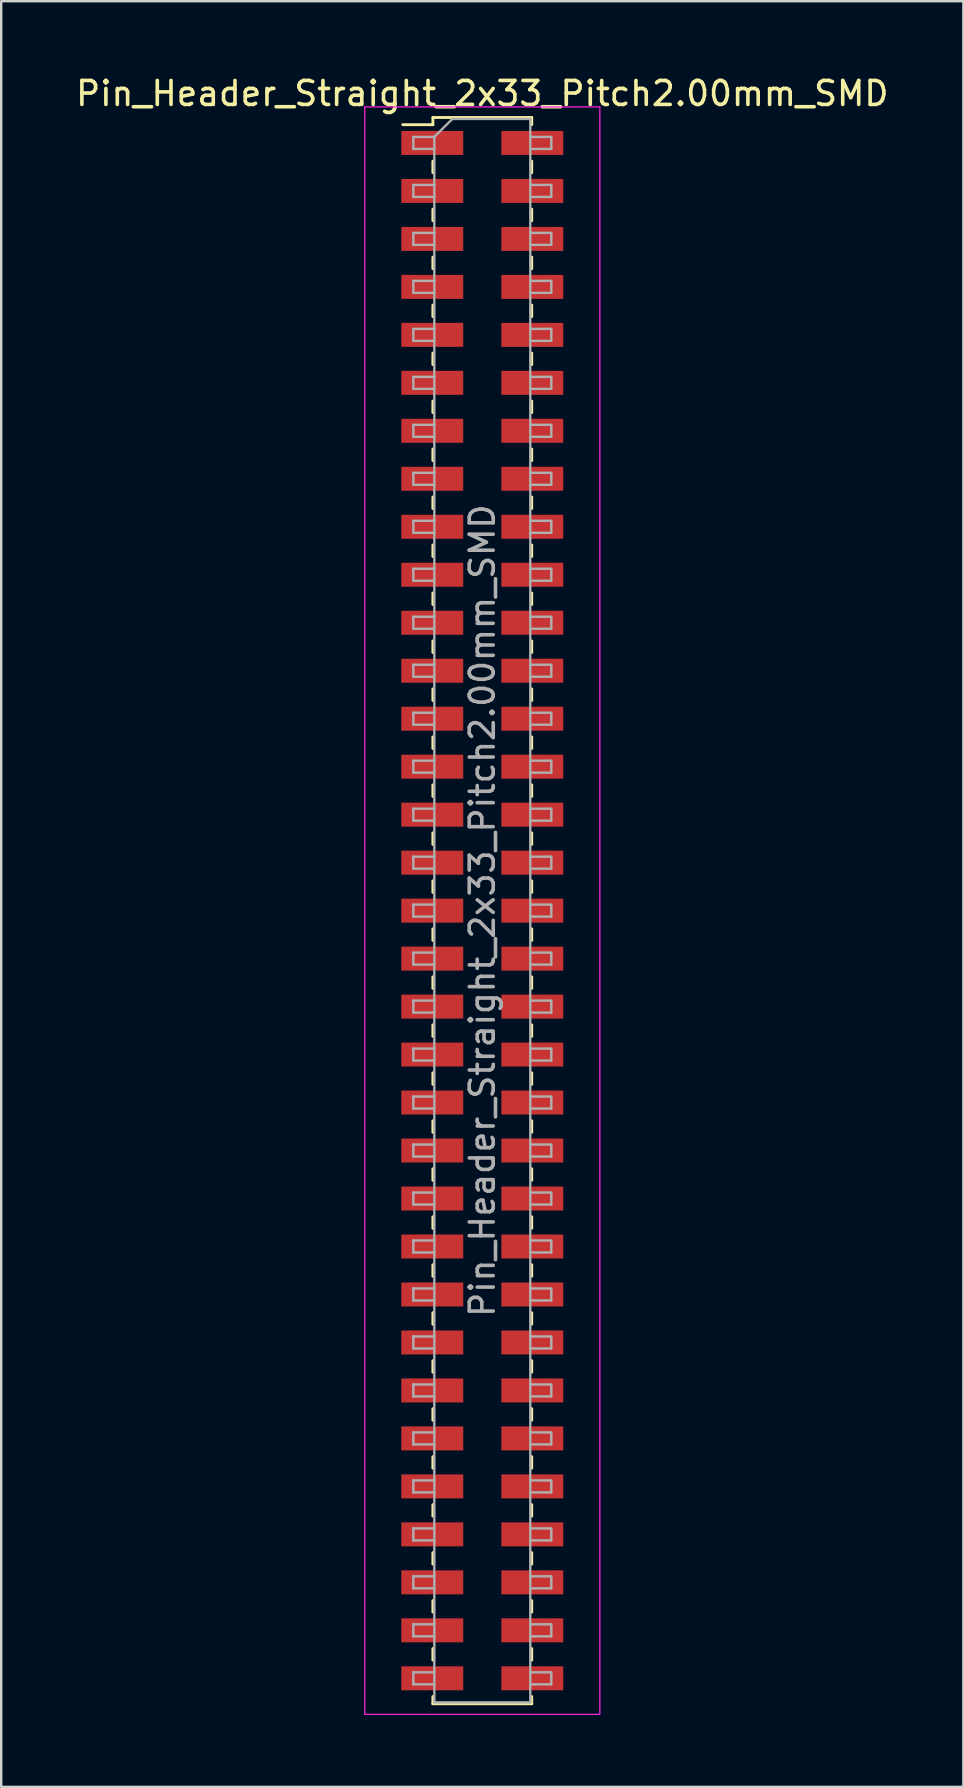
<source format=kicad_pcb>
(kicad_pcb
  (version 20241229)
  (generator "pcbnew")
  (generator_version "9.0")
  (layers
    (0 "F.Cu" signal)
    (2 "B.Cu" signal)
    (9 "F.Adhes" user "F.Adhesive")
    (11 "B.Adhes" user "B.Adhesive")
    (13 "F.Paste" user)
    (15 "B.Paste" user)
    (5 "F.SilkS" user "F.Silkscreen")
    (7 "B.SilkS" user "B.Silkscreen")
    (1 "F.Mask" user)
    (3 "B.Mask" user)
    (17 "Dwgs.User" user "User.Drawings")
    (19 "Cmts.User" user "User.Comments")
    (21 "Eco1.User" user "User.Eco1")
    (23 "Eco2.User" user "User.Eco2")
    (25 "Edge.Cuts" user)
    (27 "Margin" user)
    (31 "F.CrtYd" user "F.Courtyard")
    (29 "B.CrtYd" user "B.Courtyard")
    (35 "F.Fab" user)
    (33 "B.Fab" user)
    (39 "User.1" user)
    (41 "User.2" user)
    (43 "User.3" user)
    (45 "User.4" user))
  (footprint "Pin_Header_Straight_2x33_Pitch2.00mm_SMD"
    (layer "F.Cu")
    (at 17.054 34.908)
    (property "Reference" "Pin_Header_Straight_2x33_Pitch2.00mm_SMD" (at 0 -34.06 0) (layer "F.SilkS") (effects (font (size 1 1) (thickness 0.15))))
    (attr smd)
    (fp_line (start -3.315 -32.76) (end -2.06 -32.76) (stroke (width 0.12) (type solid)) (layer "F.SilkS"))
    (fp_line (start -2.06 -33.06) (end -2.06 -32.76) (stroke (width 0.12) (type solid)) (layer "F.SilkS"))
    (fp_line (start -2.06 -33.06) (end 2.06 -33.06) (stroke (width 0.12) (type solid)) (layer "F.SilkS"))
    (fp_line (start -2.06 -31.24) (end -2.06 -30.76) (stroke (width 0.12) (type solid)) (layer "F.SilkS"))
    (fp_line (start -2.06 -29.24) (end -2.06 -28.76) (stroke (width 0.12) (type solid)) (layer "F.SilkS"))
    (fp_line (start -2.06 -27.24) (end -2.06 -26.76) (stroke (width 0.12) (type solid)) (layer "F.SilkS"))
    (fp_line (start -2.06 -25.24) (end -2.06 -24.76) (stroke (width 0.12) (type solid)) (layer "F.SilkS"))
    (fp_line (start -2.06 -23.24) (end -2.06 -22.76) (stroke (width 0.12) (type solid)) (layer "F.SilkS"))
    (fp_line (start -2.06 -21.24) (end -2.06 -20.76) (stroke (width 0.12) (type solid)) (layer "F.SilkS"))
    (fp_line (start -2.06 -19.24) (end -2.06 -18.76) (stroke (width 0.12) (type solid)) (layer "F.SilkS"))
    (fp_line (start -2.06 -17.24) (end -2.06 -16.76) (stroke (width 0.12) (type solid)) (layer "F.SilkS"))
    (fp_line (start -2.06 -15.24) (end -2.06 -14.76) (stroke (width 0.12) (type solid)) (layer "F.SilkS"))
    (fp_line (start -2.06 -13.24) (end -2.06 -12.76) (stroke (width 0.12) (type solid)) (layer "F.SilkS"))
    (fp_line (start -2.06 -11.24) (end -2.06 -10.76) (stroke (width 0.12) (type solid)) (layer "F.SilkS"))
    (fp_line (start -2.06 -9.24) (end -2.06 -8.76) (stroke (width 0.12) (type solid)) (layer "F.SilkS"))
    (fp_line (start -2.06 -7.24) (end -2.06 -6.76) (stroke (width 0.12) (type solid)) (layer "F.SilkS"))
    (fp_line (start -2.06 -5.24) (end -2.06 -4.76) (stroke (width 0.12) (type solid)) (layer "F.SilkS"))
    (fp_line (start -2.06 -3.24) (end -2.06 -2.76) (stroke (width 0.12) (type solid)) (layer "F.SilkS"))
    (fp_line (start -2.06 -1.24) (end -2.06 -0.76) (stroke (width 0.12) (type solid)) (layer "F.SilkS"))
    (fp_line (start -2.06 0.76) (end -2.06 1.24) (stroke (width 0.12) (type solid)) (layer "F.SilkS"))
    (fp_line (start -2.06 2.76) (end -2.06 3.24) (stroke (width 0.12) (type solid)) (layer "F.SilkS"))
    (fp_line (start -2.06 4.76) (end -2.06 5.24) (stroke (width 0.12) (type solid)) (layer "F.SilkS"))
    (fp_line (start -2.06 6.76) (end -2.06 7.24) (stroke (width 0.12) (type solid)) (layer "F.SilkS"))
    (fp_line (start -2.06 8.76) (end -2.06 9.24) (stroke (width 0.12) (type solid)) (layer "F.SilkS"))
    (fp_line (start -2.06 10.76) (end -2.06 11.24) (stroke (width 0.12) (type solid)) (layer "F.SilkS"))
    (fp_line (start -2.06 12.76) (end -2.06 13.24) (stroke (width 0.12) (type solid)) (layer "F.SilkS"))
    (fp_line (start -2.06 14.76) (end -2.06 15.24) (stroke (width 0.12) (type solid)) (layer "F.SilkS"))
    (fp_line (start -2.06 16.76) (end -2.06 17.24) (stroke (width 0.12) (type solid)) (layer "F.SilkS"))
    (fp_line (start -2.06 18.76) (end -2.06 19.24) (stroke (width 0.12) (type solid)) (layer "F.SilkS"))
    (fp_line (start -2.06 20.76) (end -2.06 21.24) (stroke (width 0.12) (type solid)) (layer "F.SilkS"))
    (fp_line (start -2.06 22.76) (end -2.06 23.24) (stroke (width 0.12) (type solid)) (layer "F.SilkS"))
    (fp_line (start -2.06 24.76) (end -2.06 25.24) (stroke (width 0.12) (type solid)) (layer "F.SilkS"))
    (fp_line (start -2.06 26.76) (end -2.06 27.24) (stroke (width 0.12) (type solid)) (layer "F.SilkS"))
    (fp_line (start -2.06 28.76) (end -2.06 29.24) (stroke (width 0.12) (type solid)) (layer "F.SilkS"))
    (fp_line (start -2.06 30.76) (end -2.06 31.24) (stroke (width 0.12) (type solid)) (layer "F.SilkS"))
    (fp_line (start -2.06 32.76) (end -2.06 33.06) (stroke (width 0.12) (type solid)) (layer "F.SilkS"))
    (fp_line (start -2.06 33.06) (end 2.06 33.06) (stroke (width 0.12) (type solid)) (layer "F.SilkS"))
    (fp_line (start 2.06 -33.06) (end 2.06 -32.76) (stroke (width 0.12) (type solid)) (layer "F.SilkS"))
    (fp_line (start 2.06 -31.24) (end 2.06 -30.76) (stroke (width 0.12) (type solid)) (layer "F.SilkS"))
    (fp_line (start 2.06 -29.24) (end 2.06 -28.76) (stroke (width 0.12) (type solid)) (layer "F.SilkS"))
    (fp_line (start 2.06 -27.24) (end 2.06 -26.76) (stroke (width 0.12) (type solid)) (layer "F.SilkS"))
    (fp_line (start 2.06 -25.24) (end 2.06 -24.76) (stroke (width 0.12) (type solid)) (layer "F.SilkS"))
    (fp_line (start 2.06 -23.24) (end 2.06 -22.76) (stroke (width 0.12) (type solid)) (layer "F.SilkS"))
    (fp_line (start 2.06 -21.24) (end 2.06 -20.76) (stroke (width 0.12) (type solid)) (layer "F.SilkS"))
    (fp_line (start 2.06 -19.24) (end 2.06 -18.76) (stroke (width 0.12) (type solid)) (layer "F.SilkS"))
    (fp_line (start 2.06 -17.24) (end 2.06 -16.76) (stroke (width 0.12) (type solid)) (layer "F.SilkS"))
    (fp_line (start 2.06 -15.24) (end 2.06 -14.76) (stroke (width 0.12) (type solid)) (layer "F.SilkS"))
    (fp_line (start 2.06 -13.24) (end 2.06 -12.76) (stroke (width 0.12) (type solid)) (layer "F.SilkS"))
    (fp_line (start 2.06 -11.24) (end 2.06 -10.76) (stroke (width 0.12) (type solid)) (layer "F.SilkS"))
    (fp_line (start 2.06 -9.24) (end 2.06 -8.76) (stroke (width 0.12) (type solid)) (layer "F.SilkS"))
    (fp_line (start 2.06 -7.24) (end 2.06 -6.76) (stroke (width 0.12) (type solid)) (layer "F.SilkS"))
    (fp_line (start 2.06 -5.24) (end 2.06 -4.76) (stroke (width 0.12) (type solid)) (layer "F.SilkS"))
    (fp_line (start 2.06 -3.24) (end 2.06 -2.76) (stroke (width 0.12) (type solid)) (layer "F.SilkS"))
    (fp_line (start 2.06 -1.24) (end 2.06 -0.76) (stroke (width 0.12) (type solid)) (layer "F.SilkS"))
    (fp_line (start 2.06 0.76) (end 2.06 1.24) (stroke (width 0.12) (type solid)) (layer "F.SilkS"))
    (fp_line (start 2.06 2.76) (end 2.06 3.24) (stroke (width 0.12) (type solid)) (layer "F.SilkS"))
    (fp_line (start 2.06 4.76) (end 2.06 5.24) (stroke (width 0.12) (type solid)) (layer "F.SilkS"))
    (fp_line (start 2.06 6.76) (end 2.06 7.24) (stroke (width 0.12) (type solid)) (layer "F.SilkS"))
    (fp_line (start 2.06 8.76) (end 2.06 9.24) (stroke (width 0.12) (type solid)) (layer "F.SilkS"))
    (fp_line (start 2.06 10.76) (end 2.06 11.24) (stroke (width 0.12) (type solid)) (layer "F.SilkS"))
    (fp_line (start 2.06 12.76) (end 2.06 13.24) (stroke (width 0.12) (type solid)) (layer "F.SilkS"))
    (fp_line (start 2.06 14.76) (end 2.06 15.24) (stroke (width 0.12) (type solid)) (layer "F.SilkS"))
    (fp_line (start 2.06 16.76) (end 2.06 17.24) (stroke (width 0.12) (type solid)) (layer "F.SilkS"))
    (fp_line (start 2.06 18.76) (end 2.06 19.24) (stroke (width 0.12) (type solid)) (layer "F.SilkS"))
    (fp_line (start 2.06 20.76) (end 2.06 21.24) (stroke (width 0.12) (type solid)) (layer "F.SilkS"))
    (fp_line (start 2.06 22.76) (end 2.06 23.24) (stroke (width 0.12) (type solid)) (layer "F.SilkS"))
    (fp_line (start 2.06 24.76) (end 2.06 25.24) (stroke (width 0.12) (type solid)) (layer "F.SilkS"))
    (fp_line (start 2.06 26.76) (end 2.06 27.24) (stroke (width 0.12) (type solid)) (layer "F.SilkS"))
    (fp_line (start 2.06 28.76) (end 2.06 29.24) (stroke (width 0.12) (type solid)) (layer "F.SilkS"))
    (fp_line (start 2.06 30.76) (end 2.06 31.24) (stroke (width 0.12) (type solid)) (layer "F.SilkS"))
    (fp_line (start 2.06 32.76) (end 2.06 33.06) (stroke (width 0.12) (type solid)) (layer "F.SilkS"))
    (fp_line (start -4.9 -33.5) (end -4.9 33.5) (stroke (width 0.05) (type solid)) (layer "F.CrtYd"))
    (fp_line (start -4.9 33.5) (end 4.9 33.5) (stroke (width 0.05) (type solid)) (layer "F.CrtYd"))
    (fp_line (start 4.9 -33.5) (end -4.9 -33.5) (stroke (width 0.05) (type solid)) (layer "F.CrtYd"))
    (fp_line (start 4.9 33.5) (end 4.9 -33.5) (stroke (width 0.05) (type solid)) (layer "F.CrtYd"))
    (fp_line (start -2.875 -32.25) (end -2.875 -31.75) (stroke (width 0.1) (type solid)) (layer "F.Fab"))
    (fp_line (start -2.875 -31.75) (end -2 -31.75) (stroke (width 0.1) (type solid)) (layer "F.Fab"))
    (fp_line (start -2.875 -30.25) (end -2.875 -29.75) (stroke (width 0.1) (type solid)) (layer "F.Fab"))
    (fp_line (start -2.875 -29.75) (end -2 -29.75) (stroke (width 0.1) (type solid)) (layer "F.Fab"))
    (fp_line (start -2.875 -28.25) (end -2.875 -27.75) (stroke (width 0.1) (type solid)) (layer "F.Fab"))
    (fp_line (start -2.875 -27.75) (end -2 -27.75) (stroke (width 0.1) (type solid)) (layer "F.Fab"))
    (fp_line (start -2.875 -26.25) (end -2.875 -25.75) (stroke (width 0.1) (type solid)) (layer "F.Fab"))
    (fp_line (start -2.875 -25.75) (end -2 -25.75) (stroke (width 0.1) (type solid)) (layer "F.Fab"))
    (fp_line (start -2.875 -24.25) (end -2.875 -23.75) (stroke (width 0.1) (type solid)) (layer "F.Fab"))
    (fp_line (start -2.875 -23.75) (end -2 -23.75) (stroke (width 0.1) (type solid)) (layer "F.Fab"))
    (fp_line (start -2.875 -22.25) (end -2.875 -21.75) (stroke (width 0.1) (type solid)) (layer "F.Fab"))
    (fp_line (start -2.875 -21.75) (end -2 -21.75) (stroke (width 0.1) (type solid)) (layer "F.Fab"))
    (fp_line (start -2.875 -20.25) (end -2.875 -19.75) (stroke (width 0.1) (type solid)) (layer "F.Fab"))
    (fp_line (start -2.875 -19.75) (end -2 -19.75) (stroke (width 0.1) (type solid)) (layer "F.Fab"))
    (fp_line (start -2.875 -18.25) (end -2.875 -17.75) (stroke (width 0.1) (type solid)) (layer "F.Fab"))
    (fp_line (start -2.875 -17.75) (end -2 -17.75) (stroke (width 0.1) (type solid)) (layer "F.Fab"))
    (fp_line (start -2.875 -16.25) (end -2.875 -15.75) (stroke (width 0.1) (type solid)) (layer "F.Fab"))
    (fp_line (start -2.875 -15.75) (end -2 -15.75) (stroke (width 0.1) (type solid)) (layer "F.Fab"))
    (fp_line (start -2.875 -14.25) (end -2.875 -13.75) (stroke (width 0.1) (type solid)) (layer "F.Fab"))
    (fp_line (start -2.875 -13.75) (end -2 -13.75) (stroke (width 0.1) (type solid)) (layer "F.Fab"))
    (fp_line (start -2.875 -12.25) (end -2.875 -11.75) (stroke (width 0.1) (type solid)) (layer "F.Fab"))
    (fp_line (start -2.875 -11.75) (end -2 -11.75) (stroke (width 0.1) (type solid)) (layer "F.Fab"))
    (fp_line (start -2.875 -10.25) (end -2.875 -9.75) (stroke (width 0.1) (type solid)) (layer "F.Fab"))
    (fp_line (start -2.875 -9.75) (end -2 -9.75) (stroke (width 0.1) (type solid)) (layer "F.Fab"))
    (fp_line (start -2.875 -8.25) (end -2.875 -7.75) (stroke (width 0.1) (type solid)) (layer "F.Fab"))
    (fp_line (start -2.875 -7.75) (end -2 -7.75) (stroke (width 0.1) (type solid)) (layer "F.Fab"))
    (fp_line (start -2.875 -6.25) (end -2.875 -5.75) (stroke (width 0.1) (type solid)) (layer "F.Fab"))
    (fp_line (start -2.875 -5.75) (end -2 -5.75) (stroke (width 0.1) (type solid)) (layer "F.Fab"))
    (fp_line (start -2.875 -4.25) (end -2.875 -3.75) (stroke (width 0.1) (type solid)) (layer "F.Fab"))
    (fp_line (start -2.875 -3.75) (end -2 -3.75) (stroke (width 0.1) (type solid)) (layer "F.Fab"))
    (fp_line (start -2.875 -2.25) (end -2.875 -1.75) (stroke (width 0.1) (type solid)) (layer "F.Fab"))
    (fp_line (start -2.875 -1.75) (end -2 -1.75) (stroke (width 0.1) (type solid)) (layer "F.Fab"))
    (fp_line (start -2.875 -0.25) (end -2.875 0.25) (stroke (width 0.1) (type solid)) (layer "F.Fab"))
    (fp_line (start -2.875 0.25) (end -2 0.25) (stroke (width 0.1) (type solid)) (layer "F.Fab"))
    (fp_line (start -2.875 1.75) (end -2.875 2.25) (stroke (width 0.1) (type solid)) (layer "F.Fab"))
    (fp_line (start -2.875 2.25) (end -2 2.25) (stroke (width 0.1) (type solid)) (layer "F.Fab"))
    (fp_line (start -2.875 3.75) (end -2.875 4.25) (stroke (width 0.1) (type solid)) (layer "F.Fab"))
    (fp_line (start -2.875 4.25) (end -2 4.25) (stroke (width 0.1) (type solid)) (layer "F.Fab"))
    (fp_line (start -2.875 5.75) (end -2.875 6.25) (stroke (width 0.1) (type solid)) (layer "F.Fab"))
    (fp_line (start -2.875 6.25) (end -2 6.25) (stroke (width 0.1) (type solid)) (layer "F.Fab"))
    (fp_line (start -2.875 7.75) (end -2.875 8.25) (stroke (width 0.1) (type solid)) (layer "F.Fab"))
    (fp_line (start -2.875 8.25) (end -2 8.25) (stroke (width 0.1) (type solid)) (layer "F.Fab"))
    (fp_line (start -2.875 9.75) (end -2.875 10.25) (stroke (width 0.1) (type solid)) (layer "F.Fab"))
    (fp_line (start -2.875 10.25) (end -2 10.25) (stroke (width 0.1) (type solid)) (layer "F.Fab"))
    (fp_line (start -2.875 11.75) (end -2.875 12.25) (stroke (width 0.1) (type solid)) (layer "F.Fab"))
    (fp_line (start -2.875 12.25) (end -2 12.25) (stroke (width 0.1) (type solid)) (layer "F.Fab"))
    (fp_line (start -2.875 13.75) (end -2.875 14.25) (stroke (width 0.1) (type solid)) (layer "F.Fab"))
    (fp_line (start -2.875 14.25) (end -2 14.25) (stroke (width 0.1) (type solid)) (layer "F.Fab"))
    (fp_line (start -2.875 15.75) (end -2.875 16.25) (stroke (width 0.1) (type solid)) (layer "F.Fab"))
    (fp_line (start -2.875 16.25) (end -2 16.25) (stroke (width 0.1) (type solid)) (layer "F.Fab"))
    (fp_line (start -2.875 17.75) (end -2.875 18.25) (stroke (width 0.1) (type solid)) (layer "F.Fab"))
    (fp_line (start -2.875 18.25) (end -2 18.25) (stroke (width 0.1) (type solid)) (layer "F.Fab"))
    (fp_line (start -2.875 19.75) (end -2.875 20.25) (stroke (width 0.1) (type solid)) (layer "F.Fab"))
    (fp_line (start -2.875 20.25) (end -2 20.25) (stroke (width 0.1) (type solid)) (layer "F.Fab"))
    (fp_line (start -2.875 21.75) (end -2.875 22.25) (stroke (width 0.1) (type solid)) (layer "F.Fab"))
    (fp_line (start -2.875 22.25) (end -2 22.25) (stroke (width 0.1) (type solid)) (layer "F.Fab"))
    (fp_line (start -2.875 23.75) (end -2.875 24.25) (stroke (width 0.1) (type solid)) (layer "F.Fab"))
    (fp_line (start -2.875 24.25) (end -2 24.25) (stroke (width 0.1) (type solid)) (layer "F.Fab"))
    (fp_line (start -2.875 25.75) (end -2.875 26.25) (stroke (width 0.1) (type solid)) (layer "F.Fab"))
    (fp_line (start -2.875 26.25) (end -2 26.25) (stroke (width 0.1) (type solid)) (layer "F.Fab"))
    (fp_line (start -2.875 27.75) (end -2.875 28.25) (stroke (width 0.1) (type solid)) (layer "F.Fab"))
    (fp_line (start -2.875 28.25) (end -2 28.25) (stroke (width 0.1) (type solid)) (layer "F.Fab"))
    (fp_line (start -2.875 29.75) (end -2.875 30.25) (stroke (width 0.1) (type solid)) (layer "F.Fab"))
    (fp_line (start -2.875 30.25) (end -2 30.25) (stroke (width 0.1) (type solid)) (layer "F.Fab"))
    (fp_line (start -2.875 31.75) (end -2.875 32.25) (stroke (width 0.1) (type solid)) (layer "F.Fab"))
    (fp_line (start -2.875 32.25) (end -2 32.25) (stroke (width 0.1) (type solid)) (layer "F.Fab"))
    (fp_line (start -2 -32.25) (end -2.875 -32.25) (stroke (width 0.1) (type solid)) (layer "F.Fab"))
    (fp_line (start -2 -32.25) (end -1.25 -33) (stroke (width 0.1) (type solid)) (layer "F.Fab"))
    (fp_line (start -2 -30.25) (end -2.875 -30.25) (stroke (width 0.1) (type solid)) (layer "F.Fab"))
    (fp_line (start -2 -28.25) (end -2.875 -28.25) (stroke (width 0.1) (type solid)) (layer "F.Fab"))
    (fp_line (start -2 -26.25) (end -2.875 -26.25) (stroke (width 0.1) (type solid)) (layer "F.Fab"))
    (fp_line (start -2 -24.25) (end -2.875 -24.25) (stroke (width 0.1) (type solid)) (layer "F.Fab"))
    (fp_line (start -2 -22.25) (end -2.875 -22.25) (stroke (width 0.1) (type solid)) (layer "F.Fab"))
    (fp_line (start -2 -20.25) (end -2.875 -20.25) (stroke (width 0.1) (type solid)) (layer "F.Fab"))
    (fp_line (start -2 -18.25) (end -2.875 -18.25) (stroke (width 0.1) (type solid)) (layer "F.Fab"))
    (fp_line (start -2 -16.25) (end -2.875 -16.25) (stroke (width 0.1) (type solid)) (layer "F.Fab"))
    (fp_line (start -2 -14.25) (end -2.875 -14.25) (stroke (width 0.1) (type solid)) (layer "F.Fab"))
    (fp_line (start -2 -12.25) (end -2.875 -12.25) (stroke (width 0.1) (type solid)) (layer "F.Fab"))
    (fp_line (start -2 -10.25) (end -2.875 -10.25) (stroke (width 0.1) (type solid)) (layer "F.Fab"))
    (fp_line (start -2 -8.25) (end -2.875 -8.25) (stroke (width 0.1) (type solid)) (layer "F.Fab"))
    (fp_line (start -2 -6.25) (end -2.875 -6.25) (stroke (width 0.1) (type solid)) (layer "F.Fab"))
    (fp_line (start -2 -4.25) (end -2.875 -4.25) (stroke (width 0.1) (type solid)) (layer "F.Fab"))
    (fp_line (start -2 -2.25) (end -2.875 -2.25) (stroke (width 0.1) (type solid)) (layer "F.Fab"))
    (fp_line (start -2 -0.25) (end -2.875 -0.25) (stroke (width 0.1) (type solid)) (layer "F.Fab"))
    (fp_line (start -2 1.75) (end -2.875 1.75) (stroke (width 0.1) (type solid)) (layer "F.Fab"))
    (fp_line (start -2 3.75) (end -2.875 3.75) (stroke (width 0.1) (type solid)) (layer "F.Fab"))
    (fp_line (start -2 5.75) (end -2.875 5.75) (stroke (width 0.1) (type solid)) (layer "F.Fab"))
    (fp_line (start -2 7.75) (end -2.875 7.75) (stroke (width 0.1) (type solid)) (layer "F.Fab"))
    (fp_line (start -2 9.75) (end -2.875 9.75) (stroke (width 0.1) (type solid)) (layer "F.Fab"))
    (fp_line (start -2 11.75) (end -2.875 11.75) (stroke (width 0.1) (type solid)) (layer "F.Fab"))
    (fp_line (start -2 13.75) (end -2.875 13.75) (stroke (width 0.1) (type solid)) (layer "F.Fab"))
    (fp_line (start -2 15.75) (end -2.875 15.75) (stroke (width 0.1) (type solid)) (layer "F.Fab"))
    (fp_line (start -2 17.75) (end -2.875 17.75) (stroke (width 0.1) (type solid)) (layer "F.Fab"))
    (fp_line (start -2 19.75) (end -2.875 19.75) (stroke (width 0.1) (type solid)) (layer "F.Fab"))
    (fp_line (start -2 21.75) (end -2.875 21.75) (stroke (width 0.1) (type solid)) (layer "F.Fab"))
    (fp_line (start -2 23.75) (end -2.875 23.75) (stroke (width 0.1) (type solid)) (layer "F.Fab"))
    (fp_line (start -2 25.75) (end -2.875 25.75) (stroke (width 0.1) (type solid)) (layer "F.Fab"))
    (fp_line (start -2 27.75) (end -2.875 27.75) (stroke (width 0.1) (type solid)) (layer "F.Fab"))
    (fp_line (start -2 29.75) (end -2.875 29.75) (stroke (width 0.1) (type solid)) (layer "F.Fab"))
    (fp_line (start -2 31.75) (end -2.875 31.75) (stroke (width 0.1) (type solid)) (layer "F.Fab"))
    (fp_line (start -2 33) (end -2 -32.25) (stroke (width 0.1) (type solid)) (layer "F.Fab"))
    (fp_line (start -1.25 -33) (end 2 -33) (stroke (width 0.1) (type solid)) (layer "F.Fab"))
    (fp_line (start 2 -33) (end 2 33) (stroke (width 0.1) (type solid)) (layer "F.Fab"))
    (fp_line (start 2 -32.25) (end 2.875 -32.25) (stroke (width 0.1) (type solid)) (layer "F.Fab"))
    (fp_line (start 2 -30.25) (end 2.875 -30.25) (stroke (width 0.1) (type solid)) (layer "F.Fab"))
    (fp_line (start 2 -28.25) (end 2.875 -28.25) (stroke (width 0.1) (type solid)) (layer "F.Fab"))
    (fp_line (start 2 -26.25) (end 2.875 -26.25) (stroke (width 0.1) (type solid)) (layer "F.Fab"))
    (fp_line (start 2 -24.25) (end 2.875 -24.25) (stroke (width 0.1) (type solid)) (layer "F.Fab"))
    (fp_line (start 2 -22.25) (end 2.875 -22.25) (stroke (width 0.1) (type solid)) (layer "F.Fab"))
    (fp_line (start 2 -20.25) (end 2.875 -20.25) (stroke (width 0.1) (type solid)) (layer "F.Fab"))
    (fp_line (start 2 -18.25) (end 2.875 -18.25) (stroke (width 0.1) (type solid)) (layer "F.Fab"))
    (fp_line (start 2 -16.25) (end 2.875 -16.25) (stroke (width 0.1) (type solid)) (layer "F.Fab"))
    (fp_line (start 2 -14.25) (end 2.875 -14.25) (stroke (width 0.1) (type solid)) (layer "F.Fab"))
    (fp_line (start 2 -12.25) (end 2.875 -12.25) (stroke (width 0.1) (type solid)) (layer "F.Fab"))
    (fp_line (start 2 -10.25) (end 2.875 -10.25) (stroke (width 0.1) (type solid)) (layer "F.Fab"))
    (fp_line (start 2 -8.25) (end 2.875 -8.25) (stroke (width 0.1) (type solid)) (layer "F.Fab"))
    (fp_line (start 2 -6.25) (end 2.875 -6.25) (stroke (width 0.1) (type solid)) (layer "F.Fab"))
    (fp_line (start 2 -4.25) (end 2.875 -4.25) (stroke (width 0.1) (type solid)) (layer "F.Fab"))
    (fp_line (start 2 -2.25) (end 2.875 -2.25) (stroke (width 0.1) (type solid)) (layer "F.Fab"))
    (fp_line (start 2 -0.25) (end 2.875 -0.25) (stroke (width 0.1) (type solid)) (layer "F.Fab"))
    (fp_line (start 2 1.75) (end 2.875 1.75) (stroke (width 0.1) (type solid)) (layer "F.Fab"))
    (fp_line (start 2 3.75) (end 2.875 3.75) (stroke (width 0.1) (type solid)) (layer "F.Fab"))
    (fp_line (start 2 5.75) (end 2.875 5.75) (stroke (width 0.1) (type solid)) (layer "F.Fab"))
    (fp_line (start 2 7.75) (end 2.875 7.75) (stroke (width 0.1) (type solid)) (layer "F.Fab"))
    (fp_line (start 2 9.75) (end 2.875 9.75) (stroke (width 0.1) (type solid)) (layer "F.Fab"))
    (fp_line (start 2 11.75) (end 2.875 11.75) (stroke (width 0.1) (type solid)) (layer "F.Fab"))
    (fp_line (start 2 13.75) (end 2.875 13.75) (stroke (width 0.1) (type solid)) (layer "F.Fab"))
    (fp_line (start 2 15.75) (end 2.875 15.75) (stroke (width 0.1) (type solid)) (layer "F.Fab"))
    (fp_line (start 2 17.75) (end 2.875 17.75) (stroke (width 0.1) (type solid)) (layer "F.Fab"))
    (fp_line (start 2 19.75) (end 2.875 19.75) (stroke (width 0.1) (type solid)) (layer "F.Fab"))
    (fp_line (start 2 21.75) (end 2.875 21.75) (stroke (width 0.1) (type solid)) (layer "F.Fab"))
    (fp_line (start 2 23.75) (end 2.875 23.75) (stroke (width 0.1) (type solid)) (layer "F.Fab"))
    (fp_line (start 2 25.75) (end 2.875 25.75) (stroke (width 0.1) (type solid)) (layer "F.Fab"))
    (fp_line (start 2 27.75) (end 2.875 27.75) (stroke (width 0.1) (type solid)) (layer "F.Fab"))
    (fp_line (start 2 29.75) (end 2.875 29.75) (stroke (width 0.1) (type solid)) (layer "F.Fab"))
    (fp_line (start 2 31.75) (end 2.875 31.75) (stroke (width 0.1) (type solid)) (layer "F.Fab"))
    (fp_line (start 2 33) (end -2 33) (stroke (width 0.1) (type solid)) (layer "F.Fab"))
    (fp_line (start 2.875 -32.25) (end 2.875 -31.75) (stroke (width 0.1) (type solid)) (layer "F.Fab"))
    (fp_line (start 2.875 -31.75) (end 2 -31.75) (stroke (width 0.1) (type solid)) (layer "F.Fab"))
    (fp_line (start 2.875 -30.25) (end 2.875 -29.75) (stroke (width 0.1) (type solid)) (layer "F.Fab"))
    (fp_line (start 2.875 -29.75) (end 2 -29.75) (stroke (width 0.1) (type solid)) (layer "F.Fab"))
    (fp_line (start 2.875 -28.25) (end 2.875 -27.75) (stroke (width 0.1) (type solid)) (layer "F.Fab"))
    (fp_line (start 2.875 -27.75) (end 2 -27.75) (stroke (width 0.1) (type solid)) (layer "F.Fab"))
    (fp_line (start 2.875 -26.25) (end 2.875 -25.75) (stroke (width 0.1) (type solid)) (layer "F.Fab"))
    (fp_line (start 2.875 -25.75) (end 2 -25.75) (stroke (width 0.1) (type solid)) (layer "F.Fab"))
    (fp_line (start 2.875 -24.25) (end 2.875 -23.75) (stroke (width 0.1) (type solid)) (layer "F.Fab"))
    (fp_line (start 2.875 -23.75) (end 2 -23.75) (stroke (width 0.1) (type solid)) (layer "F.Fab"))
    (fp_line (start 2.875 -22.25) (end 2.875 -21.75) (stroke (width 0.1) (type solid)) (layer "F.Fab"))
    (fp_line (start 2.875 -21.75) (end 2 -21.75) (stroke (width 0.1) (type solid)) (layer "F.Fab"))
    (fp_line (start 2.875 -20.25) (end 2.875 -19.75) (stroke (width 0.1) (type solid)) (layer "F.Fab"))
    (fp_line (start 2.875 -19.75) (end 2 -19.75) (stroke (width 0.1) (type solid)) (layer "F.Fab"))
    (fp_line (start 2.875 -18.25) (end 2.875 -17.75) (stroke (width 0.1) (type solid)) (layer "F.Fab"))
    (fp_line (start 2.875 -17.75) (end 2 -17.75) (stroke (width 0.1) (type solid)) (layer "F.Fab"))
    (fp_line (start 2.875 -16.25) (end 2.875 -15.75) (stroke (width 0.1) (type solid)) (layer "F.Fab"))
    (fp_line (start 2.875 -15.75) (end 2 -15.75) (stroke (width 0.1) (type solid)) (layer "F.Fab"))
    (fp_line (start 2.875 -14.25) (end 2.875 -13.75) (stroke (width 0.1) (type solid)) (layer "F.Fab"))
    (fp_line (start 2.875 -13.75) (end 2 -13.75) (stroke (width 0.1) (type solid)) (layer "F.Fab"))
    (fp_line (start 2.875 -12.25) (end 2.875 -11.75) (stroke (width 0.1) (type solid)) (layer "F.Fab"))
    (fp_line (start 2.875 -11.75) (end 2 -11.75) (stroke (width 0.1) (type solid)) (layer "F.Fab"))
    (fp_line (start 2.875 -10.25) (end 2.875 -9.75) (stroke (width 0.1) (type solid)) (layer "F.Fab"))
    (fp_line (start 2.875 -9.75) (end 2 -9.75) (stroke (width 0.1) (type solid)) (layer "F.Fab"))
    (fp_line (start 2.875 -8.25) (end 2.875 -7.75) (stroke (width 0.1) (type solid)) (layer "F.Fab"))
    (fp_line (start 2.875 -7.75) (end 2 -7.75) (stroke (width 0.1) (type solid)) (layer "F.Fab"))
    (fp_line (start 2.875 -6.25) (end 2.875 -5.75) (stroke (width 0.1) (type solid)) (layer "F.Fab"))
    (fp_line (start 2.875 -5.75) (end 2 -5.75) (stroke (width 0.1) (type solid)) (layer "F.Fab"))
    (fp_line (start 2.875 -4.25) (end 2.875 -3.75) (stroke (width 0.1) (type solid)) (layer "F.Fab"))
    (fp_line (start 2.875 -3.75) (end 2 -3.75) (stroke (width 0.1) (type solid)) (layer "F.Fab"))
    (fp_line (start 2.875 -2.25) (end 2.875 -1.75) (stroke (width 0.1) (type solid)) (layer "F.Fab"))
    (fp_line (start 2.875 -1.75) (end 2 -1.75) (stroke (width 0.1) (type solid)) (layer "F.Fab"))
    (fp_line (start 2.875 -0.25) (end 2.875 0.25) (stroke (width 0.1) (type solid)) (layer "F.Fab"))
    (fp_line (start 2.875 0.25) (end 2 0.25) (stroke (width 0.1) (type solid)) (layer "F.Fab"))
    (fp_line (start 2.875 1.75) (end 2.875 2.25) (stroke (width 0.1) (type solid)) (layer "F.Fab"))
    (fp_line (start 2.875 2.25) (end 2 2.25) (stroke (width 0.1) (type solid)) (layer "F.Fab"))
    (fp_line (start 2.875 3.75) (end 2.875 4.25) (stroke (width 0.1) (type solid)) (layer "F.Fab"))
    (fp_line (start 2.875 4.25) (end 2 4.25) (stroke (width 0.1) (type solid)) (layer "F.Fab"))
    (fp_line (start 2.875 5.75) (end 2.875 6.25) (stroke (width 0.1) (type solid)) (layer "F.Fab"))
    (fp_line (start 2.875 6.25) (end 2 6.25) (stroke (width 0.1) (type solid)) (layer "F.Fab"))
    (fp_line (start 2.875 7.75) (end 2.875 8.25) (stroke (width 0.1) (type solid)) (layer "F.Fab"))
    (fp_line (start 2.875 8.25) (end 2 8.25) (stroke (width 0.1) (type solid)) (layer "F.Fab"))
    (fp_line (start 2.875 9.75) (end 2.875 10.25) (stroke (width 0.1) (type solid)) (layer "F.Fab"))
    (fp_line (start 2.875 10.25) (end 2 10.25) (stroke (width 0.1) (type solid)) (layer "F.Fab"))
    (fp_line (start 2.875 11.75) (end 2.875 12.25) (stroke (width 0.1) (type solid)) (layer "F.Fab"))
    (fp_line (start 2.875 12.25) (end 2 12.25) (stroke (width 0.1) (type solid)) (layer "F.Fab"))
    (fp_line (start 2.875 13.75) (end 2.875 14.25) (stroke (width 0.1) (type solid)) (layer "F.Fab"))
    (fp_line (start 2.875 14.25) (end 2 14.25) (stroke (width 0.1) (type solid)) (layer "F.Fab"))
    (fp_line (start 2.875 15.75) (end 2.875 16.25) (stroke (width 0.1) (type solid)) (layer "F.Fab"))
    (fp_line (start 2.875 16.25) (end 2 16.25) (stroke (width 0.1) (type solid)) (layer "F.Fab"))
    (fp_line (start 2.875 17.75) (end 2.875 18.25) (stroke (width 0.1) (type solid)) (layer "F.Fab"))
    (fp_line (start 2.875 18.25) (end 2 18.25) (stroke (width 0.1) (type solid)) (layer "F.Fab"))
    (fp_line (start 2.875 19.75) (end 2.875 20.25) (stroke (width 0.1) (type solid)) (layer "F.Fab"))
    (fp_line (start 2.875 20.25) (end 2 20.25) (stroke (width 0.1) (type solid)) (layer "F.Fab"))
    (fp_line (start 2.875 21.75) (end 2.875 22.25) (stroke (width 0.1) (type solid)) (layer "F.Fab"))
    (fp_line (start 2.875 22.25) (end 2 22.25) (stroke (width 0.1) (type solid)) (layer "F.Fab"))
    (fp_line (start 2.875 23.75) (end 2.875 24.25) (stroke (width 0.1) (type solid)) (layer "F.Fab"))
    (fp_line (start 2.875 24.25) (end 2 24.25) (stroke (width 0.1) (type solid)) (layer "F.Fab"))
    (fp_line (start 2.875 25.75) (end 2.875 26.25) (stroke (width 0.1) (type solid)) (layer "F.Fab"))
    (fp_line (start 2.875 26.25) (end 2 26.25) (stroke (width 0.1) (type solid)) (layer "F.Fab"))
    (fp_line (start 2.875 27.75) (end 2.875 28.25) (stroke (width 0.1) (type solid)) (layer "F.Fab"))
    (fp_line (start 2.875 28.25) (end 2 28.25) (stroke (width 0.1) (type solid)) (layer "F.Fab"))
    (fp_line (start 2.875 29.75) (end 2.875 30.25) (stroke (width 0.1) (type solid)) (layer "F.Fab"))
    (fp_line (start 2.875 30.25) (end 2 30.25) (stroke (width 0.1) (type solid)) (layer "F.Fab"))
    (fp_line (start 2.875 31.75) (end 2.875 32.25) (stroke (width 0.1) (type solid)) (layer "F.Fab"))
    (fp_line (start 2.875 32.25) (end 2 32.25) (stroke (width 0.1) (type solid)) (layer "F.Fab"))
    (fp_text user "${REFERENCE}" (at 0 0 90) (layer "F.Fab") (effects (font (size 1 1) (thickness 0.15))))
    (pad "1" smd rect (at -2.085 -32) (size 2.58 1) (layers "F.Cu" "F.Mask" "F.Paste"))
    (pad "2" smd rect (at 2.085 -32) (size 2.58 1) (layers "F.Cu" "F.Mask" "F.Paste"))
    (pad "3" smd rect (at -2.085 -30) (size 2.58 1) (layers "F.Cu" "F.Mask" "F.Paste"))
    (pad "4" smd rect (at 2.085 -30) (size 2.58 1) (layers "F.Cu" "F.Mask" "F.Paste"))
    (pad "5" smd rect (at -2.085 -28) (size 2.58 1) (layers "F.Cu" "F.Mask" "F.Paste"))
    (pad "6" smd rect (at 2.085 -28) (size 2.58 1) (layers "F.Cu" "F.Mask" "F.Paste"))
    (pad "7" smd rect (at -2.085 -26) (size 2.58 1) (layers "F.Cu" "F.Mask" "F.Paste"))
    (pad "8" smd rect (at 2.085 -26) (size 2.58 1) (layers "F.Cu" "F.Mask" "F.Paste"))
    (pad "9" smd rect (at -2.085 -24) (size 2.58 1) (layers "F.Cu" "F.Mask" "F.Paste"))
    (pad "10" smd rect (at 2.085 -24) (size 2.58 1) (layers "F.Cu" "F.Mask" "F.Paste"))
    (pad "11" smd rect (at -2.085 -22) (size 2.58 1) (layers "F.Cu" "F.Mask" "F.Paste"))
    (pad "12" smd rect (at 2.085 -22) (size 2.58 1) (layers "F.Cu" "F.Mask" "F.Paste"))
    (pad "13" smd rect (at -2.085 -20) (size 2.58 1) (layers "F.Cu" "F.Mask" "F.Paste"))
    (pad "14" smd rect (at 2.085 -20) (size 2.58 1) (layers "F.Cu" "F.Mask" "F.Paste"))
    (pad "15" smd rect (at -2.085 -18) (size 2.58 1) (layers "F.Cu" "F.Mask" "F.Paste"))
    (pad "16" smd rect (at 2.085 -18) (size 2.58 1) (layers "F.Cu" "F.Mask" "F.Paste"))
    (pad "17" smd rect (at -2.085 -16) (size 2.58 1) (layers "F.Cu" "F.Mask" "F.Paste"))
    (pad "18" smd rect (at 2.085 -16) (size 2.58 1) (layers "F.Cu" "F.Mask" "F.Paste"))
    (pad "19" smd rect (at -2.085 -14) (size 2.58 1) (layers "F.Cu" "F.Mask" "F.Paste"))
    (pad "20" smd rect (at 2.085 -14) (size 2.58 1) (layers "F.Cu" "F.Mask" "F.Paste"))
    (pad "21" smd rect (at -2.085 -12) (size 2.58 1) (layers "F.Cu" "F.Mask" "F.Paste"))
    (pad "22" smd rect (at 2.085 -12) (size 2.58 1) (layers "F.Cu" "F.Mask" "F.Paste"))
    (pad "23" smd rect (at -2.085 -10) (size 2.58 1) (layers "F.Cu" "F.Mask" "F.Paste"))
    (pad "24" smd rect (at 2.085 -10) (size 2.58 1) (layers "F.Cu" "F.Mask" "F.Paste"))
    (pad "25" smd rect (at -2.085 -8) (size 2.58 1) (layers "F.Cu" "F.Mask" "F.Paste"))
    (pad "26" smd rect (at 2.085 -8) (size 2.58 1) (layers "F.Cu" "F.Mask" "F.Paste"))
    (pad "27" smd rect (at -2.085 -6) (size 2.58 1) (layers "F.Cu" "F.Mask" "F.Paste"))
    (pad "28" smd rect (at 2.085 -6) (size 2.58 1) (layers "F.Cu" "F.Mask" "F.Paste"))
    (pad "29" smd rect (at -2.085 -4) (size 2.58 1) (layers "F.Cu" "F.Mask" "F.Paste"))
    (pad "30" smd rect (at 2.085 -4) (size 2.58 1) (layers "F.Cu" "F.Mask" "F.Paste"))
    (pad "31" smd rect (at -2.085 -2) (size 2.58 1) (layers "F.Cu" "F.Mask" "F.Paste"))
    (pad "32" smd rect (at 2.085 -2) (size 2.58 1) (layers "F.Cu" "F.Mask" "F.Paste"))
    (pad "33" smd rect (at -2.085 0) (size 2.58 1) (layers "F.Cu" "F.Mask" "F.Paste"))
    (pad "34" smd rect (at 2.085 0) (size 2.58 1) (layers "F.Cu" "F.Mask" "F.Paste"))
    (pad "35" smd rect (at -2.085 2) (size 2.58 1) (layers "F.Cu" "F.Mask" "F.Paste"))
    (pad "36" smd rect (at 2.085 2) (size 2.58 1) (layers "F.Cu" "F.Mask" "F.Paste"))
    (pad "37" smd rect (at -2.085 4) (size 2.58 1) (layers "F.Cu" "F.Mask" "F.Paste"))
    (pad "38" smd rect (at 2.085 4) (size 2.58 1) (layers "F.Cu" "F.Mask" "F.Paste"))
    (pad "39" smd rect (at -2.085 6) (size 2.58 1) (layers "F.Cu" "F.Mask" "F.Paste"))
    (pad "40" smd rect (at 2.085 6) (size 2.58 1) (layers "F.Cu" "F.Mask" "F.Paste"))
    (pad "41" smd rect (at -2.085 8) (size 2.58 1) (layers "F.Cu" "F.Mask" "F.Paste"))
    (pad "42" smd rect (at 2.085 8) (size 2.58 1) (layers "F.Cu" "F.Mask" "F.Paste"))
    (pad "43" smd rect (at -2.085 10) (size 2.58 1) (layers "F.Cu" "F.Mask" "F.Paste"))
    (pad "44" smd rect (at 2.085 10) (size 2.58 1) (layers "F.Cu" "F.Mask" "F.Paste"))
    (pad "45" smd rect (at -2.085 12) (size 2.58 1) (layers "F.Cu" "F.Mask" "F.Paste"))
    (pad "46" smd rect (at 2.085 12) (size 2.58 1) (layers "F.Cu" "F.Mask" "F.Paste"))
    (pad "47" smd rect (at -2.085 14) (size 2.58 1) (layers "F.Cu" "F.Mask" "F.Paste"))
    (pad "48" smd rect (at 2.085 14) (size 2.58 1) (layers "F.Cu" "F.Mask" "F.Paste"))
    (pad "49" smd rect (at -2.085 16) (size 2.58 1) (layers "F.Cu" "F.Mask" "F.Paste"))
    (pad "50" smd rect (at 2.085 16) (size 2.58 1) (layers "F.Cu" "F.Mask" "F.Paste"))
    (pad "51" smd rect (at -2.085 18) (size 2.58 1) (layers "F.Cu" "F.Mask" "F.Paste"))
    (pad "52" smd rect (at 2.085 18) (size 2.58 1) (layers "F.Cu" "F.Mask" "F.Paste"))
    (pad "53" smd rect (at -2.085 20) (size 2.58 1) (layers "F.Cu" "F.Mask" "F.Paste"))
    (pad "54" smd rect (at 2.085 20) (size 2.58 1) (layers "F.Cu" "F.Mask" "F.Paste"))
    (pad "55" smd rect (at -2.085 22) (size 2.58 1) (layers "F.Cu" "F.Mask" "F.Paste"))
    (pad "56" smd rect (at 2.085 22) (size 2.58 1) (layers "F.Cu" "F.Mask" "F.Paste"))
    (pad "57" smd rect (at -2.085 24) (size 2.58 1) (layers "F.Cu" "F.Mask" "F.Paste"))
    (pad "58" smd rect (at 2.085 24) (size 2.58 1) (layers "F.Cu" "F.Mask" "F.Paste"))
    (pad "59" smd rect (at -2.085 26) (size 2.58 1) (layers "F.Cu" "F.Mask" "F.Paste"))
    (pad "60" smd rect (at 2.085 26) (size 2.58 1) (layers "F.Cu" "F.Mask" "F.Paste"))
    (pad "61" smd rect (at -2.085 28) (size 2.58 1) (layers "F.Cu" "F.Mask" "F.Paste"))
    (pad "62" smd rect (at 2.085 28) (size 2.58 1) (layers "F.Cu" "F.Mask" "F.Paste"))
    (pad "63" smd rect (at -2.085 30) (size 2.58 1) (layers "F.Cu" "F.Mask" "F.Paste"))
    (pad "64" smd rect (at 2.085 30) (size 2.58 1) (layers "F.Cu" "F.Mask" "F.Paste"))
    (pad "65" smd rect (at -2.085 32) (size 2.58 1) (layers "F.Cu" "F.Mask" "F.Paste"))
    (pad "66" smd rect (at 2.085 32) (size 2.58 1) (layers "F.Cu" "F.Mask" "F.Paste")))
  (gr_rect
    (start -3 -3)
    (end 37.107 71.433)
    (stroke (width 0.1) (type default))
    (fill no)
    (layer "Edge.Cuts")))
</source>
